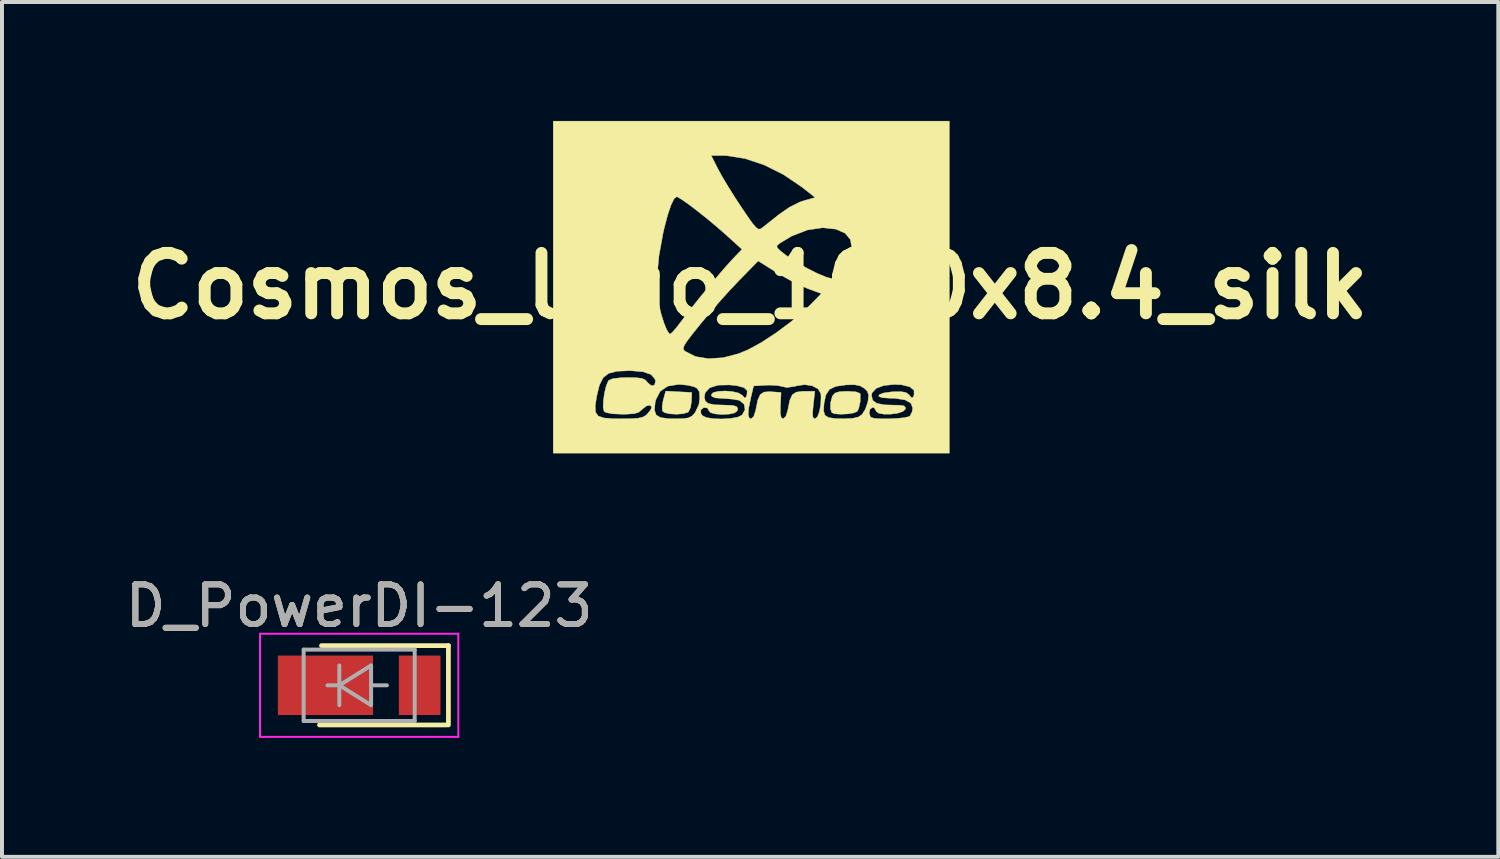
<source format=kicad_pcb>
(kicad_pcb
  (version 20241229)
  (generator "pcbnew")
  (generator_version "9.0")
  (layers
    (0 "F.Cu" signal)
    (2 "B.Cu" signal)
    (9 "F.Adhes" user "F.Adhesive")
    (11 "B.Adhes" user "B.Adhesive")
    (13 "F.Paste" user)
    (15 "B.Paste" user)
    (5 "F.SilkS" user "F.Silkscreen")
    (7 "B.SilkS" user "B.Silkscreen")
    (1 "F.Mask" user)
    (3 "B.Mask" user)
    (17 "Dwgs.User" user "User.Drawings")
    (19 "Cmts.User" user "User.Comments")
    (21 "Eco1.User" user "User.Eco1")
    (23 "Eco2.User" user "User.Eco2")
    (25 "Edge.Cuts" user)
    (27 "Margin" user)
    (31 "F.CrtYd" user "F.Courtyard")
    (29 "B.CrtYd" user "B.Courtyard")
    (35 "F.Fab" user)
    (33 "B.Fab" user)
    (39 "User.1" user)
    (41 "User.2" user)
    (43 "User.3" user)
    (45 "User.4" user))
  (footprint "Cosmos_logo_10.0x8.4_silk"
    (layer "F.Cu")
    (at 15.864 4.161)
    (property "Reference" "Cosmos_logo_10.0x8.4_silk" (at 0 0 0) (layer "F.SilkS") (effects (font (size 1.524 1.524) (thickness 0.3))))
    (attr through_hole)
    (fp_poly (pts (xy -1.8 2.667) (xy -1.472 2.684) (xy -1.479 2.907) (xy -1.503 3.064) (xy -1.553 3.169) (xy -1.566 3.181) (xy -1.686 3.22) (xy -1.854 3.233) (xy -2.025 3.223) (xy -2.16 3.192) (xy -2.213 3.15) (xy -2.219 3.043) (xy -2.194 2.886) (xy -2.187 2.859) (xy -2.129 2.65) (xy -1.8 2.667)) (stroke (width 0.01) (type solid)) (fill yes) (layer "F.SilkS"))
    (fp_poly (pts (xy 2.668 2.669) (xy 2.769 2.708) (xy 2.777 2.728) (xy 2.774 2.92) (xy 2.737 3.089) (xy 2.701 3.161) (xy 2.613 3.2) (xy 2.458 3.225) (xy 2.282 3.233) (xy 2.132 3.222) (xy 2.059 3.194) (xy 2.025 3.095) (xy 2.028 2.943) (xy 2.068 2.793) (xy 2.08 2.767) (xy 2.141 2.699) (xy 2.251 2.665) (xy 2.442 2.655) (xy 2.455 2.655) (xy 2.668 2.669)) (stroke (width 0.01) (type solid)) (fill yes) (layer "F.SilkS"))
    (fp_poly (pts (xy 5.022 4.214) (xy -4.965 4.214) (xy -4.965 3.027) (xy -3.906 3.027) (xy -3.898 3.181) (xy -3.832 3.277) (xy -3.693 3.327) (xy -3.464 3.346) (xy -3.26 3.348) (xy -2.994 3.345) (xy -2.818 3.332) (xy -2.704 3.305) (xy -2.626 3.259) (xy -2.598 3.233) (xy -2.515 3.131) (xy -2.411 3.131) (xy -2.371 3.251) (xy -2.26 3.317) (xy -2.06 3.345) (xy -1.902 3.348) (xy -1.687 3.344) (xy -1.553 3.324) (xy -1.465 3.278) (xy -1.39 3.196) (xy -1.353 3.12) (xy -1.243 3.12) (xy -1.242 3.209) (xy -1.21 3.264) (xy -1.108 3.316) (xy -0.93 3.345) (xy -0.713 3.353) (xy -0.494 3.34) (xy -0.311 3.307) (xy -0.203 3.254) (xy -0.197 3.243) (xy -0.049 3.243) (xy -0.022 3.33) (xy 0.024 3.348) (xy 0.089 3.293) (xy 0.139 3.141) (xy 0.146 3.103) (xy 0.193 2.873) (xy 0.254 2.738) (xy 0.348 2.675) (xy 0.494 2.664) (xy 0.538 2.667) (xy 0.779 2.684) (xy 0.764 3.016) (xy 0.762 3.213) (xy 0.782 3.316) (xy 0.827 3.348) (xy 0.831 3.348) (xy 0.897 3.293) (xy 0.948 3.139) (xy 0.954 3.103) (xy 1.001 2.876) (xy 1.063 2.742) (xy 1.162 2.676) (xy 1.318 2.656) (xy 1.366 2.655) (xy 1.631 2.655) (xy 1.592 3.002) (xy 1.575 3.198) (xy 1.581 3.304) (xy 1.614 3.345) (xy 1.639 3.348) (xy 1.698 3.296) (xy 1.748 3.163) (xy 1.751 3.148) (xy 1.852 3.148) (xy 1.885 3.258) (xy 1.98 3.318) (xy 2.156 3.343) (xy 2.352 3.347) (xy 2.581 3.338) (xy 2.728 3.303) (xy 2.821 3.241) (xy 2.843 3.205) (xy 3.001 3.205) (xy 3.034 3.302) (xy 3.04 3.31) (xy 3.124 3.335) (xy 3.286 3.348) (xy 3.492 3.349) (xy 3.705 3.339) (xy 3.889 3.319) (xy 4.008 3.292) (xy 4.029 3.279) (xy 4.085 3.169) (xy 4.099 3.075) (xy 4.05 2.951) (xy 3.9 2.87) (xy 3.647 2.832) (xy 3.513 2.829) (xy 3.324 2.815) (xy 3.24 2.781) (xy 3.256 2.739) (xy 3.364 2.698) (xy 3.558 2.67) (xy 3.604 2.667) (xy 3.808 2.664) (xy 3.931 2.687) (xy 4.006 2.743) (xy 4.014 2.753) (xy 4.076 2.825) (xy 4.111 2.799) (xy 4.133 2.748) (xy 4.131 2.628) (xy 4.025 2.541) (xy 3.823 2.492) (xy 3.639 2.482) (xy 3.372 2.508) (xy 3.178 2.581) (xy 3.074 2.693) (xy 3.06 2.763) (xy 3.091 2.884) (xy 3.194 2.959) (xy 3.385 2.996) (xy 3.566 3.002) (xy 3.766 3.006) (xy 3.875 3.022) (xy 3.915 3.058) (xy 3.915 3.103) (xy 3.854 3.163) (xy 3.721 3.207) (xy 3.551 3.23) (xy 3.38 3.232) (xy 3.244 3.209) (xy 3.177 3.161) (xy 3.175 3.149) (xy 3.13 3.071) (xy 3.088 3.06) (xy 3.023 3.105) (xy 3.001 3.205) (xy 2.843 3.205) (xy 2.903 3.112) (xy 2.964 2.938) (xy 2.97 2.91) (xy 2.987 2.753) (xy 2.954 2.653) (xy 2.878 2.579) (xy 2.768 2.515) (xy 2.626 2.489) (xy 2.411 2.494) (xy 2.409 2.495) (xy 2.159 2.531) (xy 1.999 2.608) (xy 1.908 2.747) (xy 1.862 2.968) (xy 1.862 2.973) (xy 1.852 3.148) (xy 1.751 3.148) (xy 1.78 2.984) (xy 1.788 2.793) (xy 1.78 2.708) (xy 1.712 2.593) (xy 1.565 2.516) (xy 1.375 2.487) (xy 1.175 2.515) (xy 1.146 2.526) (xy 0.926 2.56) (xy 0.831 2.538) (xy 0.691 2.51) (xy 0.494 2.499) (xy 0.388 2.502) (xy 0.087 2.52) (xy 0.02 2.804) (xy -0.035 3.071) (xy -0.049 3.243) (xy -0.197 3.243) (xy -0.129 3.118) (xy -0.151 2.983) (xy -0.26 2.89) (xy -0.289 2.88) (xy -0.436 2.854) (xy -0.633 2.837) (xy -0.707 2.834) (xy -0.885 2.82) (xy -0.968 2.781) (xy -0.981 2.742) (xy -0.931 2.687) (xy -0.802 2.656) (xy -0.63 2.647) (xy -0.449 2.662) (xy -0.294 2.698) (xy -0.199 2.755) (xy -0.198 2.756) (xy -0.137 2.826) (xy -0.102 2.798) (xy -0.083 2.753) (xy -0.074 2.641) (xy -0.153 2.563) (xy -0.329 2.514) (xy -0.518 2.494) (xy -0.812 2.5) (xy -1.019 2.566) (xy -1.133 2.687) (xy -1.155 2.795) (xy -1.133 2.899) (xy -1.057 2.962) (xy -0.904 2.994) (xy -0.669 3.002) (xy -0.46 3.009) (xy -0.348 3.035) (xy -0.313 3.088) (xy -0.328 3.152) (xy -0.398 3.202) (xy -0.537 3.231) (xy -0.707 3.239) (xy -0.873 3.226) (xy -0.995 3.194) (xy -1.039 3.146) (xy -1.081 3.075) (xy -1.168 3.065) (xy -1.243 3.12) (xy -1.353 3.12) (xy -1.292 2.99) (xy -1.27 2.819) (xy -1.283 2.663) (xy -1.338 2.579) (xy -1.418 2.539) (xy -1.572 2.502) (xy -1.768 2.483) (xy -1.814 2.482) (xy -2.079 2.526) (xy -2.269 2.656) (xy -2.379 2.87) (xy -2.396 2.946) (xy -2.411 3.131) (xy -2.515 3.131) (xy -2.513 3.129) (xy -2.482 3.06) (xy -2.519 3.005) (xy -2.607 3.021) (xy -2.712 3.099) (xy -2.729 3.117) (xy -2.805 3.181) (xy -2.917 3.217) (xy -3.096 3.231) (xy -3.225 3.233) (xy -3.469 3.222) (xy -3.631 3.191) (xy -3.682 3.161) (xy -3.706 3.064) (xy -3.701 2.899) (xy -3.674 2.705) (xy -3.631 2.524) (xy -3.578 2.396) (xy -3.567 2.381) (xy -3.47 2.339) (xy -3.274 2.314) (xy -3.088 2.309) (xy -2.865 2.313) (xy -2.726 2.331) (xy -2.642 2.37) (xy -2.582 2.437) (xy -2.581 2.439) (xy -2.489 2.516) (xy -2.412 2.498) (xy -2.386 2.405) (xy -2.402 2.343) (xy -2.499 2.232) (xy -2.693 2.164) (xy -2.989 2.137) (xy -3.06 2.136) (xy -3.36 2.15) (xy -3.569 2.204) (xy -3.709 2.315) (xy -3.802 2.503) (xy -3.87 2.784) (xy -3.872 2.798) (xy -3.906 3.027) (xy -4.965 3.027) (xy -4.965 1.566) (xy -1.685 1.566) (xy -1.674 1.613) (xy -1.637 1.648) (xy -1.376 1.779) (xy -1.052 1.832) (xy -0.684 1.808) (xy -0.293 1.706) (xy -0.044 1.603) (xy 0.283 1.424) (xy 0.65 1.184) (xy 1.018 0.911) (xy 1.353 0.632) (xy 1.547 0.447) (xy 1.796 0.191) (xy 1.461 0.069) (xy 1.254 -0.021) (xy 0.997 -0.151) (xy 0.737 -0.298) (xy 0.664 -0.343) (xy 0.202 -0.632) (xy -0.29 -0.128) (xy -0.534 0.13) (xy -0.81 0.438) (xy -1.081 0.751) (xy -1.263 0.971) (xy -1.457 1.213) (xy -1.586 1.382) (xy -1.659 1.494) (xy -1.685 1.566) (xy -4.965 1.566) (xy -4.965 -0.248) (xy -2.348 -0.248) (xy -2.343 0.193) (xy -2.309 0.433) (xy -2.247 0.696) (xy -2.175 0.927) (xy -2.104 1.103) (xy -2.042 1.2) (xy -2.019 1.212) (xy -1.964 1.169) (xy -1.864 1.056) (xy -1.751 0.909) (xy -1.572 0.673) (xy -1.349 0.39) (xy -1.104 0.089) (xy -0.859 -0.204) (xy -0.637 -0.462) (xy -0.46 -0.659) (xy -0.441 -0.679) (xy -0.205 -0.925) (xy -0.308 -1.018) (xy 0.675 -1.018) (xy 0.682 -0.965) (xy 0.766 -0.883) (xy 0.944 -0.743) (xy 1.177 -0.593) (xy 1.437 -0.446) (xy 1.694 -0.317) (xy 1.92 -0.223) (xy 2.088 -0.177) (xy 2.114 -0.175) (xy 2.182 -0.217) (xy 2.282 -0.327) (xy 2.328 -0.39) (xy 2.498 -0.694) (xy 2.564 -0.956) (xy 2.528 -1.171) (xy 2.393 -1.332) (xy 2.163 -1.433) (xy 1.841 -1.468) (xy 1.821 -1.468) (xy 1.442 -1.412) (xy 1.046 -1.258) (xy 0.747 -1.078) (xy 0.675 -1.018) (xy -0.308 -1.018) (xy -0.603 -1.285) (xy -0.83 -1.484) (xy -1.071 -1.686) (xy -1.31 -1.876) (xy -1.526 -2.042) (xy -1.703 -2.167) (xy -1.821 -2.24) (xy -1.855 -2.251) (xy -1.92 -2.196) (xy -1.996 -2.04) (xy -2.079 -1.794) (xy -2.164 -1.471) (xy -2.196 -1.332) (xy -2.299 -0.762) (xy -2.348 -0.248) (xy -4.965 -0.248) (xy -4.965 -3.29) (xy -0.983 -3.29) (xy -0.812 -2.952) (xy -0.711 -2.767) (xy -0.564 -2.521) (xy -0.392 -2.246) (xy -0.228 -1.996) (xy -0.057 -1.743) (xy 0.065 -1.573) (xy 0.15 -1.475) (xy 0.21 -1.434) (xy 0.259 -1.438) (xy 0.286 -1.454) (xy 0.381 -1.527) (xy 0.533 -1.648) (xy 0.711 -1.79) (xy 0.722 -1.799) (xy 0.986 -1.983) (xy 1.248 -2.115) (xy 1.348 -2.149) (xy 1.641 -2.231) (xy 1.301 -2.497) (xy 0.841 -2.809) (xy 0.355 -3.052) (xy -0.132 -3.214) (xy -0.597 -3.287) (xy -0.706 -3.29) (xy -0.983 -3.29) (xy -4.965 -3.29) (xy -4.965 -4.156) (xy 5.022 -4.156) (xy 5.022 4.214)) (stroke (width 0.01) (type solid)) (fill yes) (layer "F.SilkS")))
  (footprint "D_PowerDI-123"
    (layer "F.Cu")
    (at 6.006 14.229)
    (property "Reference" "D_PowerDI-123" (at 0 -2 0) (layer "F.SilkS") (effects (font (size 1 1) (thickness 0.15))))
    (attr smd)
    (fp_line (start -1 1) (end 2.2 1) (stroke (width 0.12) (type solid)) (layer "F.SilkS"))
    (fp_line (start 2.25 -1) (end -0.95 -1) (stroke (width 0.12) (type solid)) (layer "F.SilkS"))
    (fp_line (start 2.25 1) (end 2.25 -1) (stroke (width 0.12) (type solid)) (layer "F.SilkS"))
    (fp_line (start -2.5 -1.3) (end 2.5 -1.3) (stroke (width 0.05) (type solid)) (layer "F.CrtYd"))
    (fp_line (start -2.5 1.3) (end -2.5 -1.3) (stroke (width 0.05) (type solid)) (layer "F.CrtYd"))
    (fp_line (start 2.5 -1.3) (end 2.5 1.3) (stroke (width 0.05) (type solid)) (layer "F.CrtYd"))
    (fp_line (start 2.5 1.3) (end -2.5 1.3) (stroke (width 0.05) (type solid)) (layer "F.CrtYd"))
    (fp_line (start -1.4 -0.9) (end 1.4 -0.9) (stroke (width 0.1) (type solid)) (layer "F.Fab"))
    (fp_line (start -1.4 0.9) (end -1.4 -0.9) (stroke (width 0.1) (type solid)) (layer "F.Fab"))
    (fp_line (start -0.8 0) (end -0.5 0) (stroke (width 0.1) (type solid)) (layer "F.Fab"))
    (fp_line (start -0.5 0) (end -0.5 -0.5) (stroke (width 0.1) (type solid)) (layer "F.Fab"))
    (fp_line (start -0.5 0) (end -0.5 0.5) (stroke (width 0.1) (type solid)) (layer "F.Fab"))
    (fp_line (start -0.5 0) (end 0.3 0.5) (stroke (width 0.1) (type solid)) (layer "F.Fab"))
    (fp_line (start 0.3 -0.5) (end -0.5 0) (stroke (width 0.1) (type solid)) (layer "F.Fab"))
    (fp_line (start 0.3 0) (end 0.7 0) (stroke (width 0.1) (type solid)) (layer "F.Fab"))
    (fp_line (start 0.3 0.5) (end 0.3 -0.5) (stroke (width 0.1) (type solid)) (layer "F.Fab"))
    (fp_line (start 1.4 -0.9) (end 1.4 0.9) (stroke (width 0.1) (type solid)) (layer "F.Fab"))
    (fp_line (start 1.4 0.9) (end -1.4 0.9) (stroke (width 0.1) (type solid)) (layer "F.Fab"))
    (fp_text user "${REFERENCE}" (at 0 -2 0) (layer "F.Fab") (effects (font (size 1 1) (thickness 0.15))))
    (pad "1" smd rect (at 1.525 0 180) (size 1.05 1.5) (layers "F.Cu" "F.Mask" "F.Paste"))
    (pad "2" smd rect (at -0.85 0 180) (size 2.4 1.5) (layers "F.Cu" "F.Mask" "F.Paste")))
  (gr_rect
    (start -3 -3)
    (end 34.728 18.554)
    (stroke (width 0.1) (type default))
    (fill no)
    (layer "Edge.Cuts")))
</source>
